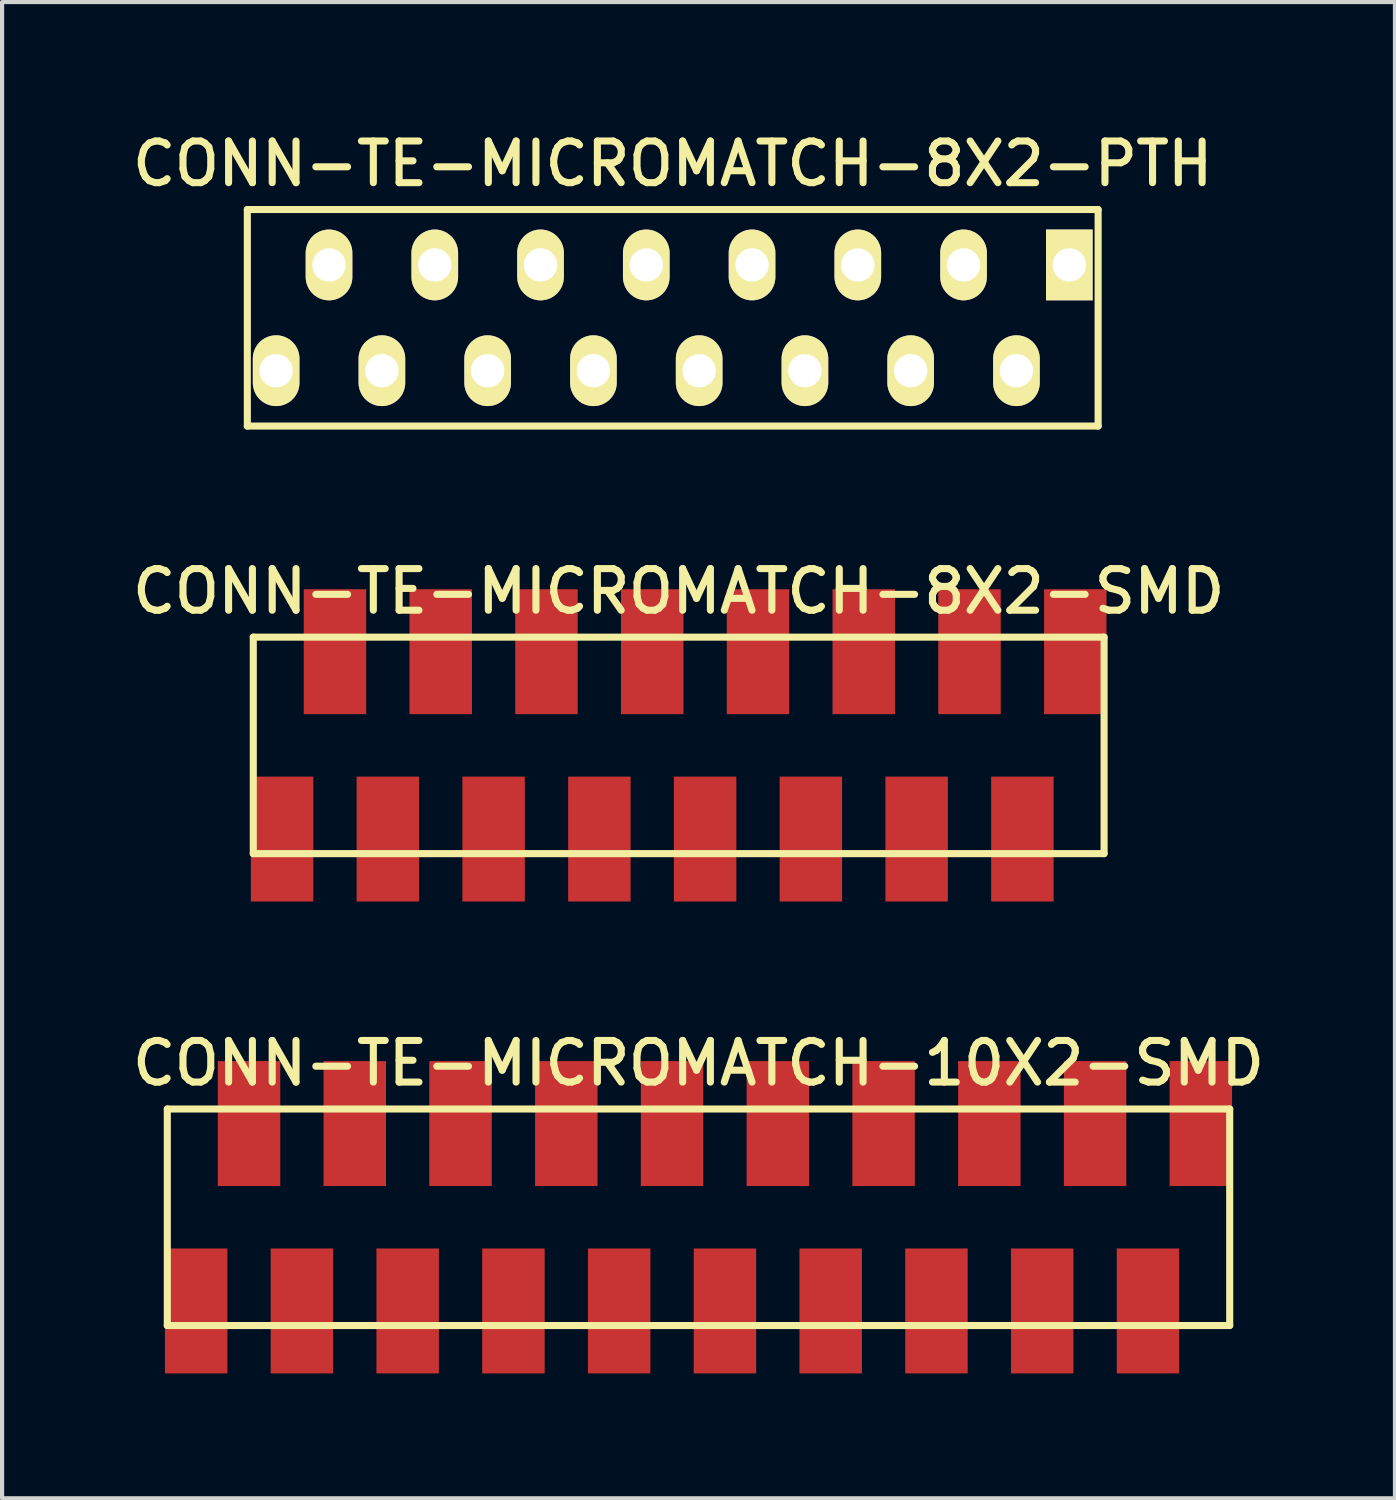
<source format=kicad_pcb>
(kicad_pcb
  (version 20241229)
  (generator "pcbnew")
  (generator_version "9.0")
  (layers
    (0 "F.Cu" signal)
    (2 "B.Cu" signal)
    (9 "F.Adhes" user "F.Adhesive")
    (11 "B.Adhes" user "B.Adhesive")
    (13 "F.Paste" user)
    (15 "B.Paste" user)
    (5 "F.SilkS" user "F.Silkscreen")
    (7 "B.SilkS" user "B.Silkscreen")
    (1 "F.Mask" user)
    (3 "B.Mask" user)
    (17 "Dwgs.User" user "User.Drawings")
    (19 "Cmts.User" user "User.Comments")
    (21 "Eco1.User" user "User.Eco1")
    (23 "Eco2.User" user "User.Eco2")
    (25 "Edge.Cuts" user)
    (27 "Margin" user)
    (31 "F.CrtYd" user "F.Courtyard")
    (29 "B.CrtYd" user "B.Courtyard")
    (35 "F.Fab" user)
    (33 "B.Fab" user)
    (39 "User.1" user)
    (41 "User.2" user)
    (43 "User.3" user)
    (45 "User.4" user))
  (footprint "CONN-TE-MICROMATCH-8X2-SMD"
    (layer "F.Cu")
    (at 13.25 14.852)
    (property "Reference" "CONN-TE-MICROMATCH-8X2-SMD" (at 0 -3.7 0) (layer "F.SilkS") (effects (font (size 1 1) (thickness 0.17))))
    (attr through_hole)
    (fp_line (start -10.217 -2.6) (end 10.217 -2.6) (stroke (width 0.17) (type solid)) (layer "F.SilkS"))
    (fp_line (start -10.217 2.6) (end -10.217 -2.6) (stroke (width 0.17) (type solid)) (layer "F.SilkS"))
    (fp_line (start -10.217 2.6) (end 10.217 2.6) (stroke (width 0.17) (type solid)) (layer "F.SilkS"))
    (fp_line (start 10.217 2.6) (end 10.217 -2.6) (stroke (width 0.17) (type solid)) (layer "F.SilkS"))
    (pad "1" smd rect (at 9.525 -2.25) (size 1.5 3) (layers "F.Cu" "F.Mask" "F.Paste"))
    (pad "2" smd rect (at 8.255 2.25) (size 1.5 3) (layers "F.Cu" "F.Mask" "F.Paste"))
    (pad "3" smd rect (at 6.985 -2.25) (size 1.5 3) (layers "F.Cu" "F.Mask" "F.Paste"))
    (pad "4" smd rect (at 5.715 2.25) (size 1.5 3) (layers "F.Cu" "F.Mask" "F.Paste"))
    (pad "5" smd rect (at 4.445 -2.25) (size 1.5 3) (layers "F.Cu" "F.Mask" "F.Paste"))
    (pad "6" smd rect (at 3.175 2.25) (size 1.5 3) (layers "F.Cu" "F.Mask" "F.Paste"))
    (pad "7" smd rect (at 1.905 -2.25) (size 1.5 3) (layers "F.Cu" "F.Mask" "F.Paste"))
    (pad "8" smd rect (at 0.635 2.25) (size 1.5 3) (layers "F.Cu" "F.Mask" "F.Paste"))
    (pad "9" smd rect (at -0.635 -2.25) (size 1.5 3) (layers "F.Cu" "F.Mask" "F.Paste"))
    (pad "10" smd rect (at -1.905 2.25) (size 1.5 3) (layers "F.Cu" "F.Mask" "F.Paste"))
    (pad "11" smd rect (at -3.175 -2.25) (size 1.5 3) (layers "F.Cu" "F.Mask" "F.Paste"))
    (pad "12" smd rect (at -4.445 2.25) (size 1.5 3) (layers "F.Cu" "F.Mask" "F.Paste"))
    (pad "13" smd rect (at -5.715 -2.25) (size 1.5 3) (layers "F.Cu" "F.Mask" "F.Paste"))
    (pad "14" smd rect (at -6.985 2.25) (size 1.5 3) (layers "F.Cu" "F.Mask" "F.Paste"))
    (pad "15" smd rect (at -8.255 -2.25) (size 1.5 3) (layers "F.Cu" "F.Mask" "F.Paste"))
    (pad "16" smd rect (at -9.525 2.25) (size 1.5 3) (layers "F.Cu" "F.Mask" "F.Paste")))
  (footprint "CONN-TE-MICROMATCH-10X2-SMD"
    (layer "F.Cu")
    (at 13.726 26.185)
    (property "Reference" "CONN-TE-MICROMATCH-10X2-SMD" (at 0 -3.7 0) (layer "F.SilkS") (effects (font (size 1 1) (thickness 0.17))))
    (attr through_hole)
    (fp_line (start -12.758 -2.6) (end 12.758 -2.6) (stroke (width 0.17) (type solid)) (layer "F.SilkS"))
    (fp_line (start -12.758 2.6) (end -12.758 -2.6) (stroke (width 0.17) (type solid)) (layer "F.SilkS"))
    (fp_line (start -12.758 2.6) (end 12.758 2.6) (stroke (width 0.17) (type solid)) (layer "F.SilkS"))
    (fp_line (start 12.758 2.6) (end 12.758 -2.6) (stroke (width 0.17) (type solid)) (layer "F.SilkS"))
    (pad "1" smd rect (at 12.065 -2.25) (size 1.5 3) (layers "F.Cu" "F.Mask" "F.Paste"))
    (pad "2" smd rect (at 10.795 2.25) (size 1.5 3) (layers "F.Cu" "F.Mask" "F.Paste"))
    (pad "3" smd rect (at 9.525 -2.25) (size 1.5 3) (layers "F.Cu" "F.Mask" "F.Paste"))
    (pad "4" smd rect (at 8.255 2.25) (size 1.5 3) (layers "F.Cu" "F.Mask" "F.Paste"))
    (pad "5" smd rect (at 6.985 -2.25) (size 1.5 3) (layers "F.Cu" "F.Mask" "F.Paste"))
    (pad "6" smd rect (at 5.715 2.25) (size 1.5 3) (layers "F.Cu" "F.Mask" "F.Paste"))
    (pad "7" smd rect (at 4.445 -2.25) (size 1.5 3) (layers "F.Cu" "F.Mask" "F.Paste"))
    (pad "8" smd rect (at 3.175 2.25) (size 1.5 3) (layers "F.Cu" "F.Mask" "F.Paste"))
    (pad "9" smd rect (at 1.905 -2.25) (size 1.5 3) (layers "F.Cu" "F.Mask" "F.Paste"))
    (pad "10" smd rect (at 0.635 2.25) (size 1.5 3) (layers "F.Cu" "F.Mask" "F.Paste"))
    (pad "11" smd rect (at -0.635 -2.25) (size 1.5 3) (layers "F.Cu" "F.Mask" "F.Paste"))
    (pad "12" smd rect (at -1.905 2.25) (size 1.5 3) (layers "F.Cu" "F.Mask" "F.Paste"))
    (pad "13" smd rect (at -3.175 -2.25) (size 1.5 3) (layers "F.Cu" "F.Mask" "F.Paste"))
    (pad "14" smd rect (at -4.445 2.25) (size 1.5 3) (layers "F.Cu" "F.Mask" "F.Paste"))
    (pad "15" smd rect (at -5.715 -2.25) (size 1.5 3) (layers "F.Cu" "F.Mask" "F.Paste"))
    (pad "16" smd rect (at -6.985 2.25) (size 1.5 3) (layers "F.Cu" "F.Mask" "F.Paste"))
    (pad "17" smd rect (at -8.255 -2.25) (size 1.5 3) (layers "F.Cu" "F.Mask" "F.Paste"))
    (pad "18" smd rect (at -9.525 2.25) (size 1.5 3) (layers "F.Cu" "F.Mask" "F.Paste"))
    (pad "19" smd rect (at -10.795 -2.25) (size 1.5 3) (layers "F.Cu" "F.Mask" "F.Paste"))
    (pad "20" smd rect (at -12.065 2.25) (size 1.5 3) (layers "F.Cu" "F.Mask" "F.Paste")))
  (footprint "CONN-TE-MICROMATCH-8X2-PTH"
    (layer "F.Cu")
    (at 13.107 4.583)
    (property "Reference" "CONN-TE-MICROMATCH-8X2-PTH" (at 0 -3.7 0) (layer "F.SilkS") (effects (font (size 1 1) (thickness 0.17))))
    (attr through_hole)
    (fp_line (start -10.217 -2.6) (end 10.217 -2.6) (stroke (width 0.17) (type solid)) (layer "F.SilkS"))
    (fp_line (start -10.217 2.6) (end -10.217 -2.6) (stroke (width 0.17) (type solid)) (layer "F.SilkS"))
    (fp_line (start -10.217 2.6) (end 10.217 2.6) (stroke (width 0.17) (type solid)) (layer "F.SilkS"))
    (fp_line (start 10.217 2.6) (end 10.217 -2.6) (stroke (width 0.17) (type solid)) (layer "F.SilkS"))
    (pad "1" thru_hole rect (at 9.525 -1.27) (size 1.12 1.7) (drill 0.8) (layers "*.Cu" "*.Mask" "F.SilkS"))
    (pad "2" thru_hole oval (at 8.255 1.27) (size 1.12 1.7) (drill 0.8) (layers "*.Cu" "*.Mask" "F.SilkS"))
    (pad "3" thru_hole oval (at 6.985 -1.27) (size 1.12 1.7) (drill 0.8) (layers "*.Cu" "*.Mask" "F.SilkS"))
    (pad "4" thru_hole oval (at 5.715 1.27) (size 1.12 1.7) (drill 0.8) (layers "*.Cu" "*.Mask" "F.SilkS"))
    (pad "5" thru_hole oval (at 4.445 -1.27) (size 1.12 1.7) (drill 0.8) (layers "*.Cu" "*.Mask" "F.SilkS"))
    (pad "6" thru_hole oval (at 3.175 1.27) (size 1.12 1.7) (drill 0.8) (layers "*.Cu" "*.Mask" "F.SilkS"))
    (pad "7" thru_hole oval (at 1.905 -1.27) (size 1.12 1.7) (drill 0.8) (layers "*.Cu" "*.Mask" "F.SilkS"))
    (pad "8" thru_hole oval (at 0.635 1.27) (size 1.12 1.7) (drill 0.8) (layers "*.Cu" "*.Mask" "F.SilkS"))
    (pad "9" thru_hole oval (at -0.635 -1.27) (size 1.12 1.7) (drill 0.8) (layers "*.Cu" "*.Mask" "F.SilkS"))
    (pad "10" thru_hole oval (at -1.905 1.27) (size 1.12 1.7) (drill 0.8) (layers "*.Cu" "*.Mask" "F.SilkS"))
    (pad "11" thru_hole oval (at -3.175 -1.27) (size 1.12 1.7) (drill 0.8) (layers "*.Cu" "*.Mask" "F.SilkS"))
    (pad "12" thru_hole oval (at -4.445 1.27) (size 1.12 1.7) (drill 0.8) (layers "*.Cu" "*.Mask" "F.SilkS"))
    (pad "13" thru_hole oval (at -5.715 -1.27) (size 1.12 1.7) (drill 0.8) (layers "*.Cu" "*.Mask" "F.SilkS"))
    (pad "14" thru_hole oval (at -6.985 1.27) (size 1.12 1.7) (drill 0.8) (layers "*.Cu" "*.Mask" "F.SilkS"))
    (pad "15" thru_hole oval (at -8.255 -1.27) (size 1.12 1.7) (drill 0.8) (layers "*.Cu" "*.Mask" "F.SilkS"))
    (pad "16" thru_hole oval (at -9.525 1.27) (size 1.12 1.7) (drill 0.8) (layers "*.Cu" "*.Mask" "F.SilkS")))
  (gr_rect
    (start -3 -3)
    (end 30.453 32.935)
    (stroke (width 0.1) (type default))
    (fill no)
    (layer "Edge.Cuts")))
</source>
